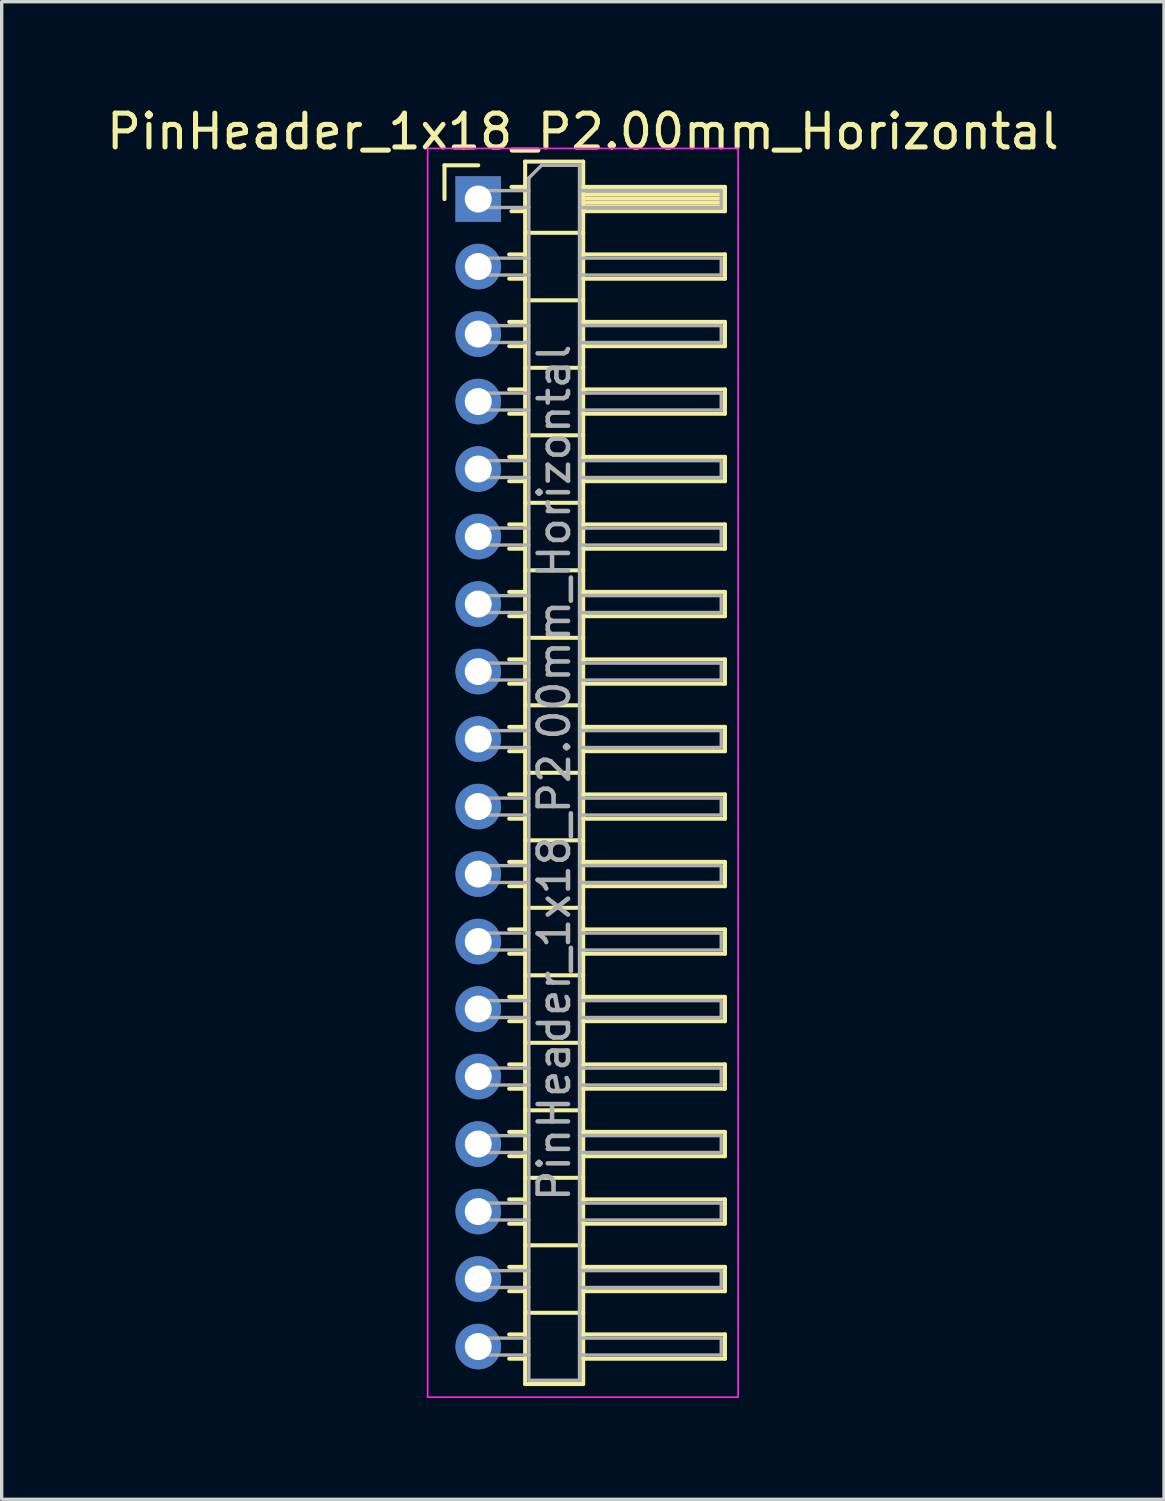
<source format=kicad_pcb>
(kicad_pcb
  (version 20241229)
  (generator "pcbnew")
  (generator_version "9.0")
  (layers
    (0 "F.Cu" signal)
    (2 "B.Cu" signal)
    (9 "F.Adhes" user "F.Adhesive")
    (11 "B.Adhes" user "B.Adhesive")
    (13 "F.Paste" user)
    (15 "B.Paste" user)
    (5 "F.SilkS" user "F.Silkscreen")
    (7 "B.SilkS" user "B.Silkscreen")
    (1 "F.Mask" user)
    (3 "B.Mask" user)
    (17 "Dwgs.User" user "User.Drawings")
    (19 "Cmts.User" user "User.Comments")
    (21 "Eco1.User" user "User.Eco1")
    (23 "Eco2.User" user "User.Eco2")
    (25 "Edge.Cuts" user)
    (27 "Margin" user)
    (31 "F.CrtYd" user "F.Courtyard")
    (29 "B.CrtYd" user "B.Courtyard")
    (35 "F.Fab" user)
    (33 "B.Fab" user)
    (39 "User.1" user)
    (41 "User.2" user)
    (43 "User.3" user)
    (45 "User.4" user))
  (footprint "PinHeader_1x18_P2.00mm_Horizontal"
    (layer "F.Cu")
    (at 11.12 2.848)
    (property "Reference" "PinHeader_1x18_P2.00mm_Horizontal" (at 3.1 -2 0) (layer "F.SilkS") (effects (font (size 1 1) (thickness 0.15))))
    (attr through_hole)
    (fp_line (start -1 -1) (end 0 -1) (stroke (width 0.12) (type solid)) (layer "F.SilkS"))
    (fp_line (start -1 0) (end -1 -1) (stroke (width 0.12) (type solid)) (layer "F.SilkS"))
    (fp_line (start 0.917 1.64) (end 1.39 1.64) (stroke (width 0.12) (type solid)) (layer "F.SilkS"))
    (fp_line (start 0.917 2.36) (end 1.39 2.36) (stroke (width 0.12) (type solid)) (layer "F.SilkS"))
    (fp_line (start 0.917 3.64) (end 1.39 3.64) (stroke (width 0.12) (type solid)) (layer "F.SilkS"))
    (fp_line (start 0.917 4.36) (end 1.39 4.36) (stroke (width 0.12) (type solid)) (layer "F.SilkS"))
    (fp_line (start 0.917 5.64) (end 1.39 5.64) (stroke (width 0.12) (type solid)) (layer "F.SilkS"))
    (fp_line (start 0.917 6.36) (end 1.39 6.36) (stroke (width 0.12) (type solid)) (layer "F.SilkS"))
    (fp_line (start 0.917 7.64) (end 1.39 7.64) (stroke (width 0.12) (type solid)) (layer "F.SilkS"))
    (fp_line (start 0.917 8.36) (end 1.39 8.36) (stroke (width 0.12) (type solid)) (layer "F.SilkS"))
    (fp_line (start 0.917 9.64) (end 1.39 9.64) (stroke (width 0.12) (type solid)) (layer "F.SilkS"))
    (fp_line (start 0.917 10.36) (end 1.39 10.36) (stroke (width 0.12) (type solid)) (layer "F.SilkS"))
    (fp_line (start 0.917 11.64) (end 1.39 11.64) (stroke (width 0.12) (type solid)) (layer "F.SilkS"))
    (fp_line (start 0.917 12.36) (end 1.39 12.36) (stroke (width 0.12) (type solid)) (layer "F.SilkS"))
    (fp_line (start 0.917 13.64) (end 1.39 13.64) (stroke (width 0.12) (type solid)) (layer "F.SilkS"))
    (fp_line (start 0.917 14.36) (end 1.39 14.36) (stroke (width 0.12) (type solid)) (layer "F.SilkS"))
    (fp_line (start 0.917 15.64) (end 1.39 15.64) (stroke (width 0.12) (type solid)) (layer "F.SilkS"))
    (fp_line (start 0.917 16.36) (end 1.39 16.36) (stroke (width 0.12) (type solid)) (layer "F.SilkS"))
    (fp_line (start 0.917 17.64) (end 1.39 17.64) (stroke (width 0.12) (type solid)) (layer "F.SilkS"))
    (fp_line (start 0.917 18.36) (end 1.39 18.36) (stroke (width 0.12) (type solid)) (layer "F.SilkS"))
    (fp_line (start 0.917 19.64) (end 1.39 19.64) (stroke (width 0.12) (type solid)) (layer "F.SilkS"))
    (fp_line (start 0.917 20.36) (end 1.39 20.36) (stroke (width 0.12) (type solid)) (layer "F.SilkS"))
    (fp_line (start 0.917 21.64) (end 1.39 21.64) (stroke (width 0.12) (type solid)) (layer "F.SilkS"))
    (fp_line (start 0.917 22.36) (end 1.39 22.36) (stroke (width 0.12) (type solid)) (layer "F.SilkS"))
    (fp_line (start 0.917 23.64) (end 1.39 23.64) (stroke (width 0.12) (type solid)) (layer "F.SilkS"))
    (fp_line (start 0.917 24.36) (end 1.39 24.36) (stroke (width 0.12) (type solid)) (layer "F.SilkS"))
    (fp_line (start 0.917 25.64) (end 1.39 25.64) (stroke (width 0.12) (type solid)) (layer "F.SilkS"))
    (fp_line (start 0.917 26.36) (end 1.39 26.36) (stroke (width 0.12) (type solid)) (layer "F.SilkS"))
    (fp_line (start 0.917 27.64) (end 1.39 27.64) (stroke (width 0.12) (type solid)) (layer "F.SilkS"))
    (fp_line (start 0.917 28.36) (end 1.39 28.36) (stroke (width 0.12) (type solid)) (layer "F.SilkS"))
    (fp_line (start 0.917 29.64) (end 1.39 29.64) (stroke (width 0.12) (type solid)) (layer "F.SilkS"))
    (fp_line (start 0.917 30.36) (end 1.39 30.36) (stroke (width 0.12) (type solid)) (layer "F.SilkS"))
    (fp_line (start 0.917 31.64) (end 1.39 31.64) (stroke (width 0.12) (type solid)) (layer "F.SilkS"))
    (fp_line (start 0.917 32.36) (end 1.39 32.36) (stroke (width 0.12) (type solid)) (layer "F.SilkS"))
    (fp_line (start 0.917 33.64) (end 1.39 33.64) (stroke (width 0.12) (type solid)) (layer "F.SilkS"))
    (fp_line (start 0.917 34.36) (end 1.39 34.36) (stroke (width 0.12) (type solid)) (layer "F.SilkS"))
    (fp_line (start 0.985 -0.36) (end 1.39 -0.36) (stroke (width 0.12) (type solid)) (layer "F.SilkS"))
    (fp_line (start 0.985 0.36) (end 1.39 0.36) (stroke (width 0.12) (type solid)) (layer "F.SilkS"))
    (fp_line (start 1.39 -1.11) (end 1.39 35.11) (stroke (width 0.12) (type solid)) (layer "F.SilkS"))
    (fp_line (start 1.39 1) (end 3.11 1) (stroke (width 0.12) (type solid)) (layer "F.SilkS"))
    (fp_line (start 1.39 3) (end 3.11 3) (stroke (width 0.12) (type solid)) (layer "F.SilkS"))
    (fp_line (start 1.39 5) (end 3.11 5) (stroke (width 0.12) (type solid)) (layer "F.SilkS"))
    (fp_line (start 1.39 7) (end 3.11 7) (stroke (width 0.12) (type solid)) (layer "F.SilkS"))
    (fp_line (start 1.39 9) (end 3.11 9) (stroke (width 0.12) (type solid)) (layer "F.SilkS"))
    (fp_line (start 1.39 11) (end 3.11 11) (stroke (width 0.12) (type solid)) (layer "F.SilkS"))
    (fp_line (start 1.39 13) (end 3.11 13) (stroke (width 0.12) (type solid)) (layer "F.SilkS"))
    (fp_line (start 1.39 15) (end 3.11 15) (stroke (width 0.12) (type solid)) (layer "F.SilkS"))
    (fp_line (start 1.39 17) (end 3.11 17) (stroke (width 0.12) (type solid)) (layer "F.SilkS"))
    (fp_line (start 1.39 19) (end 3.11 19) (stroke (width 0.12) (type solid)) (layer "F.SilkS"))
    (fp_line (start 1.39 21) (end 3.11 21) (stroke (width 0.12) (type solid)) (layer "F.SilkS"))
    (fp_line (start 1.39 23) (end 3.11 23) (stroke (width 0.12) (type solid)) (layer "F.SilkS"))
    (fp_line (start 1.39 25) (end 3.11 25) (stroke (width 0.12) (type solid)) (layer "F.SilkS"))
    (fp_line (start 1.39 27) (end 3.11 27) (stroke (width 0.12) (type solid)) (layer "F.SilkS"))
    (fp_line (start 1.39 29) (end 3.11 29) (stroke (width 0.12) (type solid)) (layer "F.SilkS"))
    (fp_line (start 1.39 31) (end 3.11 31) (stroke (width 0.12) (type solid)) (layer "F.SilkS"))
    (fp_line (start 1.39 33) (end 3.11 33) (stroke (width 0.12) (type solid)) (layer "F.SilkS"))
    (fp_line (start 1.39 35.11) (end 3.11 35.11) (stroke (width 0.12) (type solid)) (layer "F.SilkS"))
    (fp_line (start 3.11 -1.11) (end 1.39 -1.11) (stroke (width 0.12) (type solid)) (layer "F.SilkS"))
    (fp_line (start 3.11 -0.36) (end 7.31 -0.36) (stroke (width 0.12) (type solid)) (layer "F.SilkS"))
    (fp_line (start 3.11 -0.25) (end 7.31 -0.25) (stroke (width 0.12) (type solid)) (layer "F.SilkS"))
    (fp_line (start 3.11 -0.13) (end 7.31 -0.13) (stroke (width 0.12) (type solid)) (layer "F.SilkS"))
    (fp_line (start 3.11 -0.01) (end 7.31 -0.01) (stroke (width 0.12) (type solid)) (layer "F.SilkS"))
    (fp_line (start 3.11 0.11) (end 7.31 0.11) (stroke (width 0.12) (type solid)) (layer "F.SilkS"))
    (fp_line (start 3.11 0.23) (end 7.31 0.23) (stroke (width 0.12) (type solid)) (layer "F.SilkS"))
    (fp_line (start 3.11 1.64) (end 7.31 1.64) (stroke (width 0.12) (type solid)) (layer "F.SilkS"))
    (fp_line (start 3.11 3.64) (end 7.31 3.64) (stroke (width 0.12) (type solid)) (layer "F.SilkS"))
    (fp_line (start 3.11 5.64) (end 7.31 5.64) (stroke (width 0.12) (type solid)) (layer "F.SilkS"))
    (fp_line (start 3.11 7.64) (end 7.31 7.64) (stroke (width 0.12) (type solid)) (layer "F.SilkS"))
    (fp_line (start 3.11 9.64) (end 7.31 9.64) (stroke (width 0.12) (type solid)) (layer "F.SilkS"))
    (fp_line (start 3.11 11.64) (end 7.31 11.64) (stroke (width 0.12) (type solid)) (layer "F.SilkS"))
    (fp_line (start 3.11 13.64) (end 7.31 13.64) (stroke (width 0.12) (type solid)) (layer "F.SilkS"))
    (fp_line (start 3.11 15.64) (end 7.31 15.64) (stroke (width 0.12) (type solid)) (layer "F.SilkS"))
    (fp_line (start 3.11 17.64) (end 7.31 17.64) (stroke (width 0.12) (type solid)) (layer "F.SilkS"))
    (fp_line (start 3.11 19.64) (end 7.31 19.64) (stroke (width 0.12) (type solid)) (layer "F.SilkS"))
    (fp_line (start 3.11 21.64) (end 7.31 21.64) (stroke (width 0.12) (type solid)) (layer "F.SilkS"))
    (fp_line (start 3.11 23.64) (end 7.31 23.64) (stroke (width 0.12) (type solid)) (layer "F.SilkS"))
    (fp_line (start 3.11 25.64) (end 7.31 25.64) (stroke (width 0.12) (type solid)) (layer "F.SilkS"))
    (fp_line (start 3.11 27.64) (end 7.31 27.64) (stroke (width 0.12) (type solid)) (layer "F.SilkS"))
    (fp_line (start 3.11 29.64) (end 7.31 29.64) (stroke (width 0.12) (type solid)) (layer "F.SilkS"))
    (fp_line (start 3.11 31.64) (end 7.31 31.64) (stroke (width 0.12) (type solid)) (layer "F.SilkS"))
    (fp_line (start 3.11 33.64) (end 7.31 33.64) (stroke (width 0.12) (type solid)) (layer "F.SilkS"))
    (fp_line (start 3.11 35.11) (end 3.11 -1.11) (stroke (width 0.12) (type solid)) (layer "F.SilkS"))
    (fp_line (start 7.31 -0.36) (end 7.31 0.36) (stroke (width 0.12) (type solid)) (layer "F.SilkS"))
    (fp_line (start 7.31 0.36) (end 3.11 0.36) (stroke (width 0.12) (type solid)) (layer "F.SilkS"))
    (fp_line (start 7.31 1.64) (end 7.31 2.36) (stroke (width 0.12) (type solid)) (layer "F.SilkS"))
    (fp_line (start 7.31 2.36) (end 3.11 2.36) (stroke (width 0.12) (type solid)) (layer "F.SilkS"))
    (fp_line (start 7.31 3.64) (end 7.31 4.36) (stroke (width 0.12) (type solid)) (layer "F.SilkS"))
    (fp_line (start 7.31 4.36) (end 3.11 4.36) (stroke (width 0.12) (type solid)) (layer "F.SilkS"))
    (fp_line (start 7.31 5.64) (end 7.31 6.36) (stroke (width 0.12) (type solid)) (layer "F.SilkS"))
    (fp_line (start 7.31 6.36) (end 3.11 6.36) (stroke (width 0.12) (type solid)) (layer "F.SilkS"))
    (fp_line (start 7.31 7.64) (end 7.31 8.36) (stroke (width 0.12) (type solid)) (layer "F.SilkS"))
    (fp_line (start 7.31 8.36) (end 3.11 8.36) (stroke (width 0.12) (type solid)) (layer "F.SilkS"))
    (fp_line (start 7.31 9.64) (end 7.31 10.36) (stroke (width 0.12) (type solid)) (layer "F.SilkS"))
    (fp_line (start 7.31 10.36) (end 3.11 10.36) (stroke (width 0.12) (type solid)) (layer "F.SilkS"))
    (fp_line (start 7.31 11.64) (end 7.31 12.36) (stroke (width 0.12) (type solid)) (layer "F.SilkS"))
    (fp_line (start 7.31 12.36) (end 3.11 12.36) (stroke (width 0.12) (type solid)) (layer "F.SilkS"))
    (fp_line (start 7.31 13.64) (end 7.31 14.36) (stroke (width 0.12) (type solid)) (layer "F.SilkS"))
    (fp_line (start 7.31 14.36) (end 3.11 14.36) (stroke (width 0.12) (type solid)) (layer "F.SilkS"))
    (fp_line (start 7.31 15.64) (end 7.31 16.36) (stroke (width 0.12) (type solid)) (layer "F.SilkS"))
    (fp_line (start 7.31 16.36) (end 3.11 16.36) (stroke (width 0.12) (type solid)) (layer "F.SilkS"))
    (fp_line (start 7.31 17.64) (end 7.31 18.36) (stroke (width 0.12) (type solid)) (layer "F.SilkS"))
    (fp_line (start 7.31 18.36) (end 3.11 18.36) (stroke (width 0.12) (type solid)) (layer "F.SilkS"))
    (fp_line (start 7.31 19.64) (end 7.31 20.36) (stroke (width 0.12) (type solid)) (layer "F.SilkS"))
    (fp_line (start 7.31 20.36) (end 3.11 20.36) (stroke (width 0.12) (type solid)) (layer "F.SilkS"))
    (fp_line (start 7.31 21.64) (end 7.31 22.36) (stroke (width 0.12) (type solid)) (layer "F.SilkS"))
    (fp_line (start 7.31 22.36) (end 3.11 22.36) (stroke (width 0.12) (type solid)) (layer "F.SilkS"))
    (fp_line (start 7.31 23.64) (end 7.31 24.36) (stroke (width 0.12) (type solid)) (layer "F.SilkS"))
    (fp_line (start 7.31 24.36) (end 3.11 24.36) (stroke (width 0.12) (type solid)) (layer "F.SilkS"))
    (fp_line (start 7.31 25.64) (end 7.31 26.36) (stroke (width 0.12) (type solid)) (layer "F.SilkS"))
    (fp_line (start 7.31 26.36) (end 3.11 26.36) (stroke (width 0.12) (type solid)) (layer "F.SilkS"))
    (fp_line (start 7.31 27.64) (end 7.31 28.36) (stroke (width 0.12) (type solid)) (layer "F.SilkS"))
    (fp_line (start 7.31 28.36) (end 3.11 28.36) (stroke (width 0.12) (type solid)) (layer "F.SilkS"))
    (fp_line (start 7.31 29.64) (end 7.31 30.36) (stroke (width 0.12) (type solid)) (layer "F.SilkS"))
    (fp_line (start 7.31 30.36) (end 3.11 30.36) (stroke (width 0.12) (type solid)) (layer "F.SilkS"))
    (fp_line (start 7.31 31.64) (end 7.31 32.36) (stroke (width 0.12) (type solid)) (layer "F.SilkS"))
    (fp_line (start 7.31 32.36) (end 3.11 32.36) (stroke (width 0.12) (type solid)) (layer "F.SilkS"))
    (fp_line (start 7.31 33.64) (end 7.31 34.36) (stroke (width 0.12) (type solid)) (layer "F.SilkS"))
    (fp_line (start 7.31 34.36) (end 3.11 34.36) (stroke (width 0.12) (type solid)) (layer "F.SilkS"))
    (fp_line (start -1.5 -1.5) (end -1.5 35.5) (stroke (width 0.05) (type solid)) (layer "F.CrtYd"))
    (fp_line (start -1.5 35.5) (end 7.7 35.5) (stroke (width 0.05) (type solid)) (layer "F.CrtYd"))
    (fp_line (start 7.7 -1.5) (end -1.5 -1.5) (stroke (width 0.05) (type solid)) (layer "F.CrtYd"))
    (fp_line (start 7.7 35.5) (end 7.7 -1.5) (stroke (width 0.05) (type solid)) (layer "F.CrtYd"))
    (fp_line (start -0.25 -0.25) (end -0.25 0.25) (stroke (width 0.1) (type solid)) (layer "F.Fab"))
    (fp_line (start -0.25 -0.25) (end 1.5 -0.25) (stroke (width 0.1) (type solid)) (layer "F.Fab"))
    (fp_line (start -0.25 0.25) (end 1.5 0.25) (stroke (width 0.1) (type solid)) (layer "F.Fab"))
    (fp_line (start -0.25 1.75) (end -0.25 2.25) (stroke (width 0.1) (type solid)) (layer "F.Fab"))
    (fp_line (start -0.25 1.75) (end 1.5 1.75) (stroke (width 0.1) (type solid)) (layer "F.Fab"))
    (fp_line (start -0.25 2.25) (end 1.5 2.25) (stroke (width 0.1) (type solid)) (layer "F.Fab"))
    (fp_line (start -0.25 3.75) (end -0.25 4.25) (stroke (width 0.1) (type solid)) (layer "F.Fab"))
    (fp_line (start -0.25 3.75) (end 1.5 3.75) (stroke (width 0.1) (type solid)) (layer "F.Fab"))
    (fp_line (start -0.25 4.25) (end 1.5 4.25) (stroke (width 0.1) (type solid)) (layer "F.Fab"))
    (fp_line (start -0.25 5.75) (end -0.25 6.25) (stroke (width 0.1) (type solid)) (layer "F.Fab"))
    (fp_line (start -0.25 5.75) (end 1.5 5.75) (stroke (width 0.1) (type solid)) (layer "F.Fab"))
    (fp_line (start -0.25 6.25) (end 1.5 6.25) (stroke (width 0.1) (type solid)) (layer "F.Fab"))
    (fp_line (start -0.25 7.75) (end -0.25 8.25) (stroke (width 0.1) (type solid)) (layer "F.Fab"))
    (fp_line (start -0.25 7.75) (end 1.5 7.75) (stroke (width 0.1) (type solid)) (layer "F.Fab"))
    (fp_line (start -0.25 8.25) (end 1.5 8.25) (stroke (width 0.1) (type solid)) (layer "F.Fab"))
    (fp_line (start -0.25 9.75) (end -0.25 10.25) (stroke (width 0.1) (type solid)) (layer "F.Fab"))
    (fp_line (start -0.25 9.75) (end 1.5 9.75) (stroke (width 0.1) (type solid)) (layer "F.Fab"))
    (fp_line (start -0.25 10.25) (end 1.5 10.25) (stroke (width 0.1) (type solid)) (layer "F.Fab"))
    (fp_line (start -0.25 11.75) (end -0.25 12.25) (stroke (width 0.1) (type solid)) (layer "F.Fab"))
    (fp_line (start -0.25 11.75) (end 1.5 11.75) (stroke (width 0.1) (type solid)) (layer "F.Fab"))
    (fp_line (start -0.25 12.25) (end 1.5 12.25) (stroke (width 0.1) (type solid)) (layer "F.Fab"))
    (fp_line (start -0.25 13.75) (end -0.25 14.25) (stroke (width 0.1) (type solid)) (layer "F.Fab"))
    (fp_line (start -0.25 13.75) (end 1.5 13.75) (stroke (width 0.1) (type solid)) (layer "F.Fab"))
    (fp_line (start -0.25 14.25) (end 1.5 14.25) (stroke (width 0.1) (type solid)) (layer "F.Fab"))
    (fp_line (start -0.25 15.75) (end -0.25 16.25) (stroke (width 0.1) (type solid)) (layer "F.Fab"))
    (fp_line (start -0.25 15.75) (end 1.5 15.75) (stroke (width 0.1) (type solid)) (layer "F.Fab"))
    (fp_line (start -0.25 16.25) (end 1.5 16.25) (stroke (width 0.1) (type solid)) (layer "F.Fab"))
    (fp_line (start -0.25 17.75) (end -0.25 18.25) (stroke (width 0.1) (type solid)) (layer "F.Fab"))
    (fp_line (start -0.25 17.75) (end 1.5 17.75) (stroke (width 0.1) (type solid)) (layer "F.Fab"))
    (fp_line (start -0.25 18.25) (end 1.5 18.25) (stroke (width 0.1) (type solid)) (layer "F.Fab"))
    (fp_line (start -0.25 19.75) (end -0.25 20.25) (stroke (width 0.1) (type solid)) (layer "F.Fab"))
    (fp_line (start -0.25 19.75) (end 1.5 19.75) (stroke (width 0.1) (type solid)) (layer "F.Fab"))
    (fp_line (start -0.25 20.25) (end 1.5 20.25) (stroke (width 0.1) (type solid)) (layer "F.Fab"))
    (fp_line (start -0.25 21.75) (end -0.25 22.25) (stroke (width 0.1) (type solid)) (layer "F.Fab"))
    (fp_line (start -0.25 21.75) (end 1.5 21.75) (stroke (width 0.1) (type solid)) (layer "F.Fab"))
    (fp_line (start -0.25 22.25) (end 1.5 22.25) (stroke (width 0.1) (type solid)) (layer "F.Fab"))
    (fp_line (start -0.25 23.75) (end -0.25 24.25) (stroke (width 0.1) (type solid)) (layer "F.Fab"))
    (fp_line (start -0.25 23.75) (end 1.5 23.75) (stroke (width 0.1) (type solid)) (layer "F.Fab"))
    (fp_line (start -0.25 24.25) (end 1.5 24.25) (stroke (width 0.1) (type solid)) (layer "F.Fab"))
    (fp_line (start -0.25 25.75) (end -0.25 26.25) (stroke (width 0.1) (type solid)) (layer "F.Fab"))
    (fp_line (start -0.25 25.75) (end 1.5 25.75) (stroke (width 0.1) (type solid)) (layer "F.Fab"))
    (fp_line (start -0.25 26.25) (end 1.5 26.25) (stroke (width 0.1) (type solid)) (layer "F.Fab"))
    (fp_line (start -0.25 27.75) (end -0.25 28.25) (stroke (width 0.1) (type solid)) (layer "F.Fab"))
    (fp_line (start -0.25 27.75) (end 1.5 27.75) (stroke (width 0.1) (type solid)) (layer "F.Fab"))
    (fp_line (start -0.25 28.25) (end 1.5 28.25) (stroke (width 0.1) (type solid)) (layer "F.Fab"))
    (fp_line (start -0.25 29.75) (end -0.25 30.25) (stroke (width 0.1) (type solid)) (layer "F.Fab"))
    (fp_line (start -0.25 29.75) (end 1.5 29.75) (stroke (width 0.1) (type solid)) (layer "F.Fab"))
    (fp_line (start -0.25 30.25) (end 1.5 30.25) (stroke (width 0.1) (type solid)) (layer "F.Fab"))
    (fp_line (start -0.25 31.75) (end -0.25 32.25) (stroke (width 0.1) (type solid)) (layer "F.Fab"))
    (fp_line (start -0.25 31.75) (end 1.5 31.75) (stroke (width 0.1) (type solid)) (layer "F.Fab"))
    (fp_line (start -0.25 32.25) (end 1.5 32.25) (stroke (width 0.1) (type solid)) (layer "F.Fab"))
    (fp_line (start -0.25 33.75) (end -0.25 34.25) (stroke (width 0.1) (type solid)) (layer "F.Fab"))
    (fp_line (start -0.25 33.75) (end 1.5 33.75) (stroke (width 0.1) (type solid)) (layer "F.Fab"))
    (fp_line (start -0.25 34.25) (end 1.5 34.25) (stroke (width 0.1) (type solid)) (layer "F.Fab"))
    (fp_line (start 1.5 -0.625) (end 1.875 -1) (stroke (width 0.1) (type solid)) (layer "F.Fab"))
    (fp_line (start 1.5 35) (end 1.5 -0.625) (stroke (width 0.1) (type solid)) (layer "F.Fab"))
    (fp_line (start 1.875 -1) (end 3 -1) (stroke (width 0.1) (type solid)) (layer "F.Fab"))
    (fp_line (start 3 -1) (end 3 35) (stroke (width 0.1) (type solid)) (layer "F.Fab"))
    (fp_line (start 3 -0.25) (end 7.2 -0.25) (stroke (width 0.1) (type solid)) (layer "F.Fab"))
    (fp_line (start 3 0.25) (end 7.2 0.25) (stroke (width 0.1) (type solid)) (layer "F.Fab"))
    (fp_line (start 3 1.75) (end 7.2 1.75) (stroke (width 0.1) (type solid)) (layer "F.Fab"))
    (fp_line (start 3 2.25) (end 7.2 2.25) (stroke (width 0.1) (type solid)) (layer "F.Fab"))
    (fp_line (start 3 3.75) (end 7.2 3.75) (stroke (width 0.1) (type solid)) (layer "F.Fab"))
    (fp_line (start 3 4.25) (end 7.2 4.25) (stroke (width 0.1) (type solid)) (layer "F.Fab"))
    (fp_line (start 3 5.75) (end 7.2 5.75) (stroke (width 0.1) (type solid)) (layer "F.Fab"))
    (fp_line (start 3 6.25) (end 7.2 6.25) (stroke (width 0.1) (type solid)) (layer "F.Fab"))
    (fp_line (start 3 7.75) (end 7.2 7.75) (stroke (width 0.1) (type solid)) (layer "F.Fab"))
    (fp_line (start 3 8.25) (end 7.2 8.25) (stroke (width 0.1) (type solid)) (layer "F.Fab"))
    (fp_line (start 3 9.75) (end 7.2 9.75) (stroke (width 0.1) (type solid)) (layer "F.Fab"))
    (fp_line (start 3 10.25) (end 7.2 10.25) (stroke (width 0.1) (type solid)) (layer "F.Fab"))
    (fp_line (start 3 11.75) (end 7.2 11.75) (stroke (width 0.1) (type solid)) (layer "F.Fab"))
    (fp_line (start 3 12.25) (end 7.2 12.25) (stroke (width 0.1) (type solid)) (layer "F.Fab"))
    (fp_line (start 3 13.75) (end 7.2 13.75) (stroke (width 0.1) (type solid)) (layer "F.Fab"))
    (fp_line (start 3 14.25) (end 7.2 14.25) (stroke (width 0.1) (type solid)) (layer "F.Fab"))
    (fp_line (start 3 15.75) (end 7.2 15.75) (stroke (width 0.1) (type solid)) (layer "F.Fab"))
    (fp_line (start 3 16.25) (end 7.2 16.25) (stroke (width 0.1) (type solid)) (layer "F.Fab"))
    (fp_line (start 3 17.75) (end 7.2 17.75) (stroke (width 0.1) (type solid)) (layer "F.Fab"))
    (fp_line (start 3 18.25) (end 7.2 18.25) (stroke (width 0.1) (type solid)) (layer "F.Fab"))
    (fp_line (start 3 19.75) (end 7.2 19.75) (stroke (width 0.1) (type solid)) (layer "F.Fab"))
    (fp_line (start 3 20.25) (end 7.2 20.25) (stroke (width 0.1) (type solid)) (layer "F.Fab"))
    (fp_line (start 3 21.75) (end 7.2 21.75) (stroke (width 0.1) (type solid)) (layer "F.Fab"))
    (fp_line (start 3 22.25) (end 7.2 22.25) (stroke (width 0.1) (type solid)) (layer "F.Fab"))
    (fp_line (start 3 23.75) (end 7.2 23.75) (stroke (width 0.1) (type solid)) (layer "F.Fab"))
    (fp_line (start 3 24.25) (end 7.2 24.25) (stroke (width 0.1) (type solid)) (layer "F.Fab"))
    (fp_line (start 3 25.75) (end 7.2 25.75) (stroke (width 0.1) (type solid)) (layer "F.Fab"))
    (fp_line (start 3 26.25) (end 7.2 26.25) (stroke (width 0.1) (type solid)) (layer "F.Fab"))
    (fp_line (start 3 27.75) (end 7.2 27.75) (stroke (width 0.1) (type solid)) (layer "F.Fab"))
    (fp_line (start 3 28.25) (end 7.2 28.25) (stroke (width 0.1) (type solid)) (layer "F.Fab"))
    (fp_line (start 3 29.75) (end 7.2 29.75) (stroke (width 0.1) (type solid)) (layer "F.Fab"))
    (fp_line (start 3 30.25) (end 7.2 30.25) (stroke (width 0.1) (type solid)) (layer "F.Fab"))
    (fp_line (start 3 31.75) (end 7.2 31.75) (stroke (width 0.1) (type solid)) (layer "F.Fab"))
    (fp_line (start 3 32.25) (end 7.2 32.25) (stroke (width 0.1) (type solid)) (layer "F.Fab"))
    (fp_line (start 3 33.75) (end 7.2 33.75) (stroke (width 0.1) (type solid)) (layer "F.Fab"))
    (fp_line (start 3 34.25) (end 7.2 34.25) (stroke (width 0.1) (type solid)) (layer "F.Fab"))
    (fp_line (start 3 35) (end 1.5 35) (stroke (width 0.1) (type solid)) (layer "F.Fab"))
    (fp_line (start 7.2 -0.25) (end 7.2 0.25) (stroke (width 0.1) (type solid)) (layer "F.Fab"))
    (fp_line (start 7.2 1.75) (end 7.2 2.25) (stroke (width 0.1) (type solid)) (layer "F.Fab"))
    (fp_line (start 7.2 3.75) (end 7.2 4.25) (stroke (width 0.1) (type solid)) (layer "F.Fab"))
    (fp_line (start 7.2 5.75) (end 7.2 6.25) (stroke (width 0.1) (type solid)) (layer "F.Fab"))
    (fp_line (start 7.2 7.75) (end 7.2 8.25) (stroke (width 0.1) (type solid)) (layer "F.Fab"))
    (fp_line (start 7.2 9.75) (end 7.2 10.25) (stroke (width 0.1) (type solid)) (layer "F.Fab"))
    (fp_line (start 7.2 11.75) (end 7.2 12.25) (stroke (width 0.1) (type solid)) (layer "F.Fab"))
    (fp_line (start 7.2 13.75) (end 7.2 14.25) (stroke (width 0.1) (type solid)) (layer "F.Fab"))
    (fp_line (start 7.2 15.75) (end 7.2 16.25) (stroke (width 0.1) (type solid)) (layer "F.Fab"))
    (fp_line (start 7.2 17.75) (end 7.2 18.25) (stroke (width 0.1) (type solid)) (layer "F.Fab"))
    (fp_line (start 7.2 19.75) (end 7.2 20.25) (stroke (width 0.1) (type solid)) (layer "F.Fab"))
    (fp_line (start 7.2 21.75) (end 7.2 22.25) (stroke (width 0.1) (type solid)) (layer "F.Fab"))
    (fp_line (start 7.2 23.75) (end 7.2 24.25) (stroke (width 0.1) (type solid)) (layer "F.Fab"))
    (fp_line (start 7.2 25.75) (end 7.2 26.25) (stroke (width 0.1) (type solid)) (layer "F.Fab"))
    (fp_line (start 7.2 27.75) (end 7.2 28.25) (stroke (width 0.1) (type solid)) (layer "F.Fab"))
    (fp_line (start 7.2 29.75) (end 7.2 30.25) (stroke (width 0.1) (type solid)) (layer "F.Fab"))
    (fp_line (start 7.2 31.75) (end 7.2 32.25) (stroke (width 0.1) (type solid)) (layer "F.Fab"))
    (fp_line (start 7.2 33.75) (end 7.2 34.25) (stroke (width 0.1) (type solid)) (layer "F.Fab"))
    (fp_text user "${REFERENCE}" (at 2.25 17 90) (layer "F.Fab") (effects (font (size 0.9 0.9) (thickness 0.135))))
    (pad "1" thru_hole rect (at 0 0) (size 1.35 1.35) (drill 0.8) (layers "*.Cu" "*.Mask"))
    (pad "2" thru_hole circle (at 0 2) (size 1.35 1.35) (drill 0.8) (layers "*.Cu" "*.Mask"))
    (pad "3" thru_hole circle (at 0 4) (size 1.35 1.35) (drill 0.8) (layers "*.Cu" "*.Mask"))
    (pad "4" thru_hole circle (at 0 6) (size 1.35 1.35) (drill 0.8) (layers "*.Cu" "*.Mask"))
    (pad "5" thru_hole circle (at 0 8) (size 1.35 1.35) (drill 0.8) (layers "*.Cu" "*.Mask"))
    (pad "6" thru_hole circle (at 0 10) (size 1.35 1.35) (drill 0.8) (layers "*.Cu" "*.Mask"))
    (pad "7" thru_hole circle (at 0 12) (size 1.35 1.35) (drill 0.8) (layers "*.Cu" "*.Mask"))
    (pad "8" thru_hole circle (at 0 14) (size 1.35 1.35) (drill 0.8) (layers "*.Cu" "*.Mask"))
    (pad "9" thru_hole circle (at 0 16) (size 1.35 1.35) (drill 0.8) (layers "*.Cu" "*.Mask"))
    (pad "10" thru_hole circle (at 0 18) (size 1.35 1.35) (drill 0.8) (layers "*.Cu" "*.Mask"))
    (pad "11" thru_hole circle (at 0 20) (size 1.35 1.35) (drill 0.8) (layers "*.Cu" "*.Mask"))
    (pad "12" thru_hole circle (at 0 22) (size 1.35 1.35) (drill 0.8) (layers "*.Cu" "*.Mask"))
    (pad "13" thru_hole circle (at 0 24) (size 1.35 1.35) (drill 0.8) (layers "*.Cu" "*.Mask"))
    (pad "14" thru_hole circle (at 0 26) (size 1.35 1.35) (drill 0.8) (layers "*.Cu" "*.Mask"))
    (pad "15" thru_hole circle (at 0 28) (size 1.35 1.35) (drill 0.8) (layers "*.Cu" "*.Mask"))
    (pad "16" thru_hole circle (at 0 30) (size 1.35 1.35) (drill 0.8) (layers "*.Cu" "*.Mask"))
    (pad "17" thru_hole circle (at 0 32) (size 1.35 1.35) (drill 0.8) (layers "*.Cu" "*.Mask"))
    (pad "18" thru_hole circle (at 0 34) (size 1.35 1.35) (drill 0.8) (layers "*.Cu" "*.Mask")))
  (gr_rect
    (start -3 -3)
    (end 31.44 41.373)
    (stroke (width 0.1) (type default))
    (fill no)
    (layer "Edge.Cuts")))
</source>
